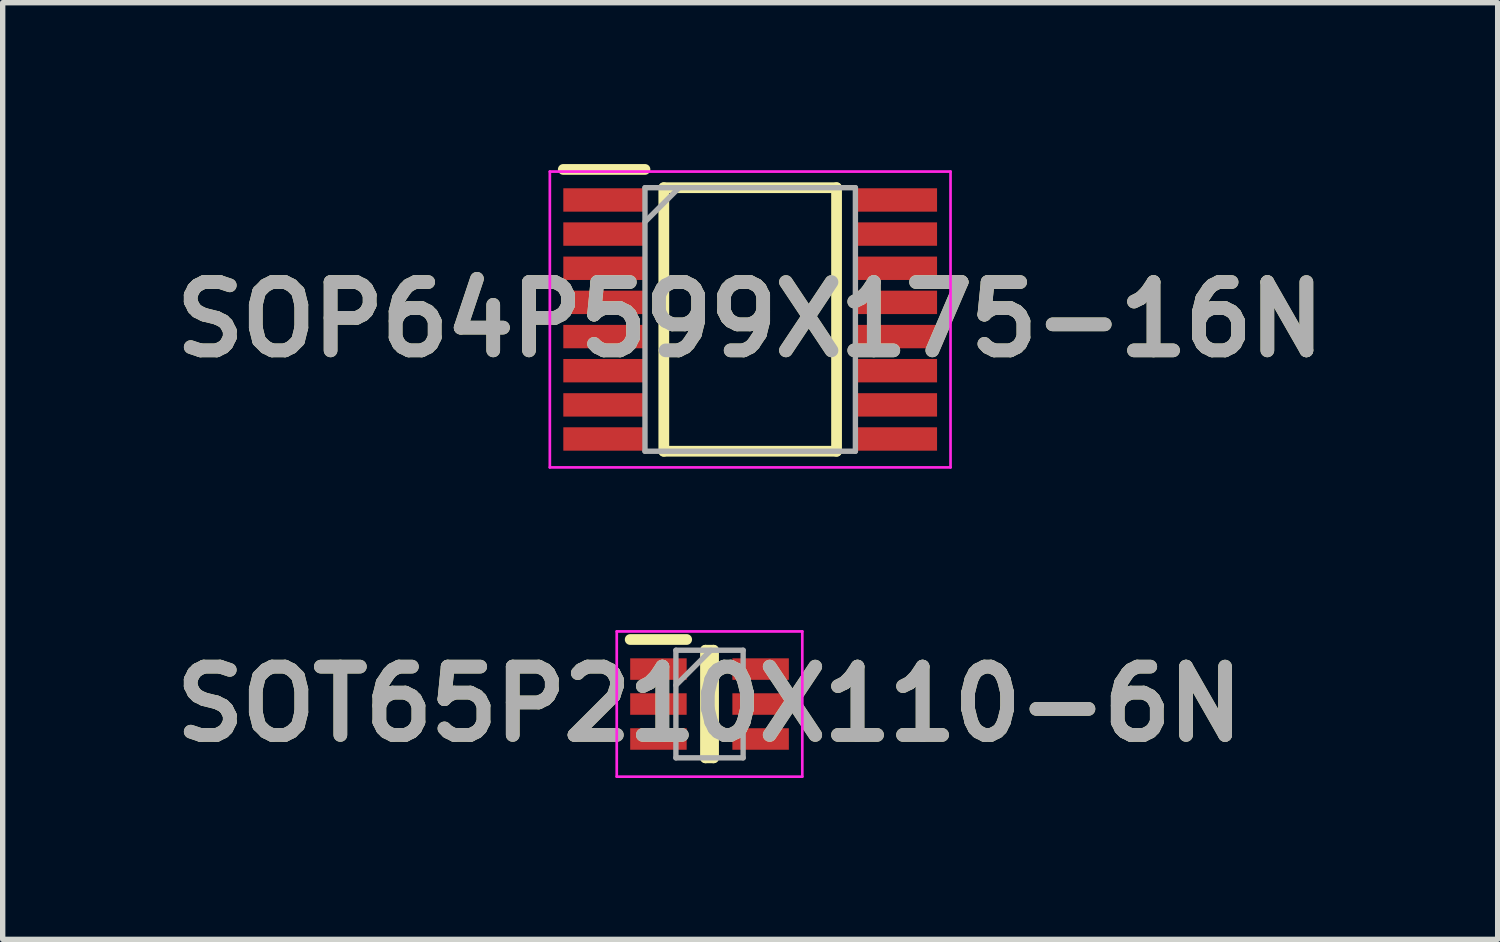
<source format=kicad_pcb>
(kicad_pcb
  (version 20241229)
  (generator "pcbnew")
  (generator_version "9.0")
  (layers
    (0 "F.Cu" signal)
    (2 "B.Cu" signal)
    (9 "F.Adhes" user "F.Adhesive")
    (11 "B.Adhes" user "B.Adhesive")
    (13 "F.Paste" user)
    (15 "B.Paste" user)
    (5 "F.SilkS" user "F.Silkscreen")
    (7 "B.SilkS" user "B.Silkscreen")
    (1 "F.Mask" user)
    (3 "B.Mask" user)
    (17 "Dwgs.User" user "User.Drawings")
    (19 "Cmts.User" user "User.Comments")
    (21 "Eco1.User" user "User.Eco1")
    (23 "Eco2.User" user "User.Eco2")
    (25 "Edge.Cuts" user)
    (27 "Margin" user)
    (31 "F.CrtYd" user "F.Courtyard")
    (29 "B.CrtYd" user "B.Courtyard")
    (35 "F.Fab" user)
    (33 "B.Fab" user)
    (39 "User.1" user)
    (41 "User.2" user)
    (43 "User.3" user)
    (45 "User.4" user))
  (footprint "SOT65P210X110-6N"
    (layer "F.Cu")
    (at 10.142 10.04)
    (property "Reference" "SOT65P210X110-6N" (at 0 0 0) (layer "F.SilkS") (effects (font (size 1.27 1.27) (thickness 0.254))))
    (attr smd)
    (fp_line (start -1.475 -1.2) (end -0.425 -1.2) (stroke (width 0.2) (type solid)) (layer "F.SilkS"))
    (fp_line (start -0.075 -1) (end 0.075 -1) (stroke (width 0.2) (type solid)) (layer "F.SilkS"))
    (fp_line (start -0.075 1) (end -0.075 -1) (stroke (width 0.2) (type solid)) (layer "F.SilkS"))
    (fp_line (start 0.075 -1) (end 0.075 1) (stroke (width 0.2) (type solid)) (layer "F.SilkS"))
    (fp_line (start 0.075 1) (end -0.075 1) (stroke (width 0.2) (type solid)) (layer "F.SilkS"))
    (fp_line (start -1.725 -1.35) (end 1.725 -1.35) (stroke (width 0.05) (type solid)) (layer "F.CrtYd"))
    (fp_line (start -1.725 1.35) (end -1.725 -1.35) (stroke (width 0.05) (type solid)) (layer "F.CrtYd"))
    (fp_line (start 1.725 -1.35) (end 1.725 1.35) (stroke (width 0.05) (type solid)) (layer "F.CrtYd"))
    (fp_line (start 1.725 1.35) (end -1.725 1.35) (stroke (width 0.05) (type solid)) (layer "F.CrtYd"))
    (fp_line (start -0.625 -1) (end 0.625 -1) (stroke (width 0.1) (type solid)) (layer "F.Fab"))
    (fp_line (start -0.625 -0.35) (end 0.025 -1) (stroke (width 0.1) (type solid)) (layer "F.Fab"))
    (fp_line (start -0.625 1) (end -0.625 -1) (stroke (width 0.1) (type solid)) (layer "F.Fab"))
    (fp_line (start 0.625 -1) (end 0.625 1) (stroke (width 0.1) (type solid)) (layer "F.Fab"))
    (fp_line (start 0.625 1) (end -0.625 1) (stroke (width 0.1) (type solid)) (layer "F.Fab"))
    (fp_text user "${REFERENCE}" (at 0 0 0) (layer "F.Fab") (effects (font (size 1.27 1.27) (thickness 0.254))))
    (pad "1" smd rect (at -0.95 -0.65 90) (size 0.4 1.05) (layers "F.Cu" "F.Mask" "F.Paste"))
    (pad "2" smd rect (at -0.95 0 90) (size 0.4 1.05) (layers "F.Cu" "F.Mask" "F.Paste"))
    (pad "3" smd rect (at -0.95 0.65 90) (size 0.4 1.05) (layers "F.Cu" "F.Mask" "F.Paste"))
    (pad "4" smd rect (at 0.95 0.65 90) (size 0.4 1.05) (layers "F.Cu" "F.Mask" "F.Paste"))
    (pad "5" smd rect (at 0.95 0 90) (size 0.4 1.05) (layers "F.Cu" "F.Mask" "F.Paste"))
    (pad "6" smd rect (at 0.95 -0.65 90) (size 0.4 1.05) (layers "F.Cu" "F.Mask" "F.Paste")))
  (footprint "SOP64P599X175-16N"
    (layer "F.Cu")
    (at 10.898 2.89)
    (property "Reference" "SOP64P599X175-16N" (at 0 0 0) (layer "F.SilkS") (effects (font (size 1.27 1.27) (thickness 0.254))))
    (attr smd)
    (fp_line (start -3.475 -2.79) (end -1.956 -2.79) (stroke (width 0.2) (type solid)) (layer "F.SilkS"))
    (fp_line (start -1.606 -2.45) (end 1.606 -2.45) (stroke (width 0.2) (type solid)) (layer "F.SilkS"))
    (fp_line (start -1.606 2.45) (end -1.606 -2.45) (stroke (width 0.2) (type solid)) (layer "F.SilkS"))
    (fp_line (start 1.606 -2.45) (end 1.606 2.45) (stroke (width 0.2) (type solid)) (layer "F.SilkS"))
    (fp_line (start 1.606 2.45) (end -1.606 2.45) (stroke (width 0.2) (type solid)) (layer "F.SilkS"))
    (fp_line (start -3.725 -2.75) (end 3.725 -2.75) (stroke (width 0.05) (type solid)) (layer "F.CrtYd"))
    (fp_line (start -3.725 2.75) (end -3.725 -2.75) (stroke (width 0.05) (type solid)) (layer "F.CrtYd"))
    (fp_line (start 3.725 -2.75) (end 3.725 2.75) (stroke (width 0.05) (type solid)) (layer "F.CrtYd"))
    (fp_line (start 3.725 2.75) (end -3.725 2.75) (stroke (width 0.05) (type solid)) (layer "F.CrtYd"))
    (fp_line (start -1.956 -2.45) (end 1.956 -2.45) (stroke (width 0.1) (type solid)) (layer "F.Fab"))
    (fp_line (start -1.956 -1.815) (end -1.321 -2.45) (stroke (width 0.1) (type solid)) (layer "F.Fab"))
    (fp_line (start -1.956 2.45) (end -1.956 -2.45) (stroke (width 0.1) (type solid)) (layer "F.Fab"))
    (fp_line (start 1.956 -2.45) (end 1.956 2.45) (stroke (width 0.1) (type solid)) (layer "F.Fab"))
    (fp_line (start 1.956 2.45) (end -1.956 2.45) (stroke (width 0.1) (type solid)) (layer "F.Fab"))
    (fp_text user "${REFERENCE}" (at 0 0 0) (layer "F.Fab") (effects (font (size 1.27 1.27) (thickness 0.254))))
    (pad "1" smd rect (at -2.715 -2.222 90) (size 0.435 1.519) (layers "F.Cu" "F.Mask" "F.Paste"))
    (pad "2" smd rect (at -2.715 -1.588 90) (size 0.435 1.519) (layers "F.Cu" "F.Mask" "F.Paste"))
    (pad "3" smd rect (at -2.715 -0.952 90) (size 0.435 1.519) (layers "F.Cu" "F.Mask" "F.Paste"))
    (pad "4" smd rect (at -2.715 -0.318 90) (size 0.435 1.519) (layers "F.Cu" "F.Mask" "F.Paste"))
    (pad "5" smd rect (at -2.715 0.318 90) (size 0.435 1.519) (layers "F.Cu" "F.Mask" "F.Paste"))
    (pad "6" smd rect (at -2.715 0.952 90) (size 0.435 1.519) (layers "F.Cu" "F.Mask" "F.Paste"))
    (pad "7" smd rect (at -2.715 1.588 90) (size 0.435 1.519) (layers "F.Cu" "F.Mask" "F.Paste"))
    (pad "8" smd rect (at -2.715 2.222 90) (size 0.435 1.519) (layers "F.Cu" "F.Mask" "F.Paste"))
    (pad "9" smd rect (at 2.715 2.222 90) (size 0.435 1.519) (layers "F.Cu" "F.Mask" "F.Paste"))
    (pad "10" smd rect (at 2.715 1.588 90) (size 0.435 1.519) (layers "F.Cu" "F.Mask" "F.Paste"))
    (pad "11" smd rect (at 2.715 0.952 90) (size 0.435 1.519) (layers "F.Cu" "F.Mask" "F.Paste"))
    (pad "12" smd rect (at 2.715 0.318 90) (size 0.435 1.519) (layers "F.Cu" "F.Mask" "F.Paste"))
    (pad "13" smd rect (at 2.715 -0.318 90) (size 0.435 1.519) (layers "F.Cu" "F.Mask" "F.Paste"))
    (pad "14" smd rect (at 2.715 -0.952 90) (size 0.435 1.519) (layers "F.Cu" "F.Mask" "F.Paste"))
    (pad "15" smd rect (at 2.715 -1.588 90) (size 0.435 1.519) (layers "F.Cu" "F.Mask" "F.Paste"))
    (pad "16" smd rect (at 2.715 -2.222 90) (size 0.435 1.519) (layers "F.Cu" "F.Mask" "F.Paste")))
  (gr_rect
    (start -3 -3)
    (end 24.796 14.415)
    (stroke (width 0.1) (type default))
    (fill no)
    (layer "Edge.Cuts")))
</source>
